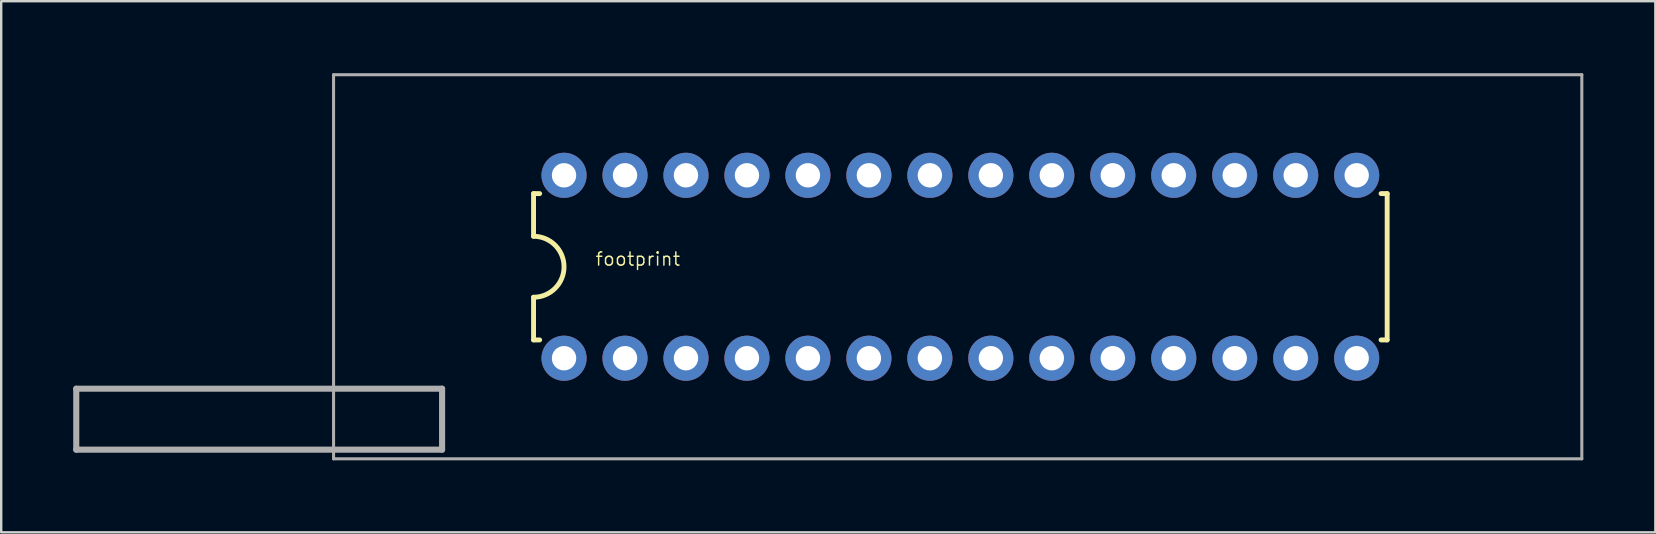
<source format=kicad_pcb>
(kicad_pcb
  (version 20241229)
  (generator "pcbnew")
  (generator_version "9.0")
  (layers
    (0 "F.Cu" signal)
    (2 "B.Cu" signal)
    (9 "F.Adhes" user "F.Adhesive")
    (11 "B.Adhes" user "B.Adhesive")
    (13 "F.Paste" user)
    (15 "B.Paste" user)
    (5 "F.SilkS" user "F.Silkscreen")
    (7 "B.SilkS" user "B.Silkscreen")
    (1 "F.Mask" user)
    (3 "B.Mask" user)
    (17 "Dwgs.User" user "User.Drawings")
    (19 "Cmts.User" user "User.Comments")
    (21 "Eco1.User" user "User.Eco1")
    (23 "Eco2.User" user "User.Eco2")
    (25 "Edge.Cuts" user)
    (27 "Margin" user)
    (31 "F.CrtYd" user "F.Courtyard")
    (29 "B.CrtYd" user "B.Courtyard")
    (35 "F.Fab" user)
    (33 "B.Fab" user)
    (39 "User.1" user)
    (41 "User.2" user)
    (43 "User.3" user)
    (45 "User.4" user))
  (footprint "footprint"
    (layer "F.Cu")
    (at 36.957 8.063)
    (property "Reference" "footprint" (at -15.24 0 0) (layer "F.SilkS") (effects (font (size 0.549 0.549) (thickness 0.061)) (justify left bottom)))
    (fp_line (start -17.78 -3.048) (end -17.78 -1.27) (stroke (width 0.203) (type solid)) (layer "F.SilkS"))
    (fp_line (start -17.78 -3.048) (end -17.526 -3.048) (stroke (width 0.203) (type solid)) (layer "F.SilkS"))
    (fp_line (start -17.78 1.27) (end -17.78 3.048) (stroke (width 0.203) (type solid)) (layer "F.SilkS"))
    (fp_line (start -17.78 3.048) (end -17.526 3.048) (stroke (width 0.203) (type solid)) (layer "F.SilkS"))
    (fp_line (start 17.78 -3.048) (end 17.526 -3.048) (stroke (width 0.203) (type solid)) (layer "F.SilkS"))
    (fp_line (start 17.78 3.048) (end 17.526 3.048) (stroke (width 0.203) (type solid)) (layer "F.SilkS"))
    (fp_line (start 17.78 3.048) (end 17.78 -3.048) (stroke (width 0.203) (type solid)) (layer "F.SilkS"))
    (fp_arc (start -17.78 -1.27) (mid -16.51 0) (end -17.78 1.27) (stroke (width 0.2032) (type solid)) (layer "F.SilkS"))
    (fp_line (start -36.83 5.08) (end -36.83 7.62) (stroke (width 0.254) (type solid)) (layer "F.Fab"))
    (fp_line (start -36.83 7.62) (end -21.59 7.62) (stroke (width 0.254) (type solid)) (layer "F.Fab"))
    (fp_line (start -26.111 -8) (end -26.111 8) (stroke (width 0.127) (type solid)) (layer "F.Fab"))
    (fp_line (start -26.111 8) (end 25.889 8) (stroke (width 0.127) (type solid)) (layer "F.Fab"))
    (fp_line (start -21.59 5.08) (end -36.83 5.08) (stroke (width 0.254) (type solid)) (layer "F.Fab"))
    (fp_line (start -21.59 7.62) (end -21.59 5.08) (stroke (width 0.254) (type solid)) (layer "F.Fab"))
    (fp_line (start 25.889 -8) (end -26.111 -8) (stroke (width 0.127) (type solid)) (layer "F.Fab"))
    (fp_line (start 25.889 8) (end 25.889 -8) (stroke (width 0.127) (type solid)) (layer "F.Fab"))
    (pad "1" thru_hole circle (at -16.51 3.81 90) (size 1.88 1.88) (drill 1.016) (layers "*.Cu" "*.Mask"))
    (pad "2" thru_hole circle (at -13.97 3.81 90) (size 1.88 1.88) (drill 1.016) (layers "*.Cu" "*.Mask"))
    (pad "3" thru_hole circle (at -11.43 3.81 90) (size 1.88 1.88) (drill 1.016) (layers "*.Cu" "*.Mask"))
    (pad "4" thru_hole circle (at -8.89 3.81 90) (size 1.88 1.88) (drill 1.016) (layers "*.Cu" "*.Mask"))
    (pad "5" thru_hole circle (at -6.35 3.81 90) (size 1.88 1.88) (drill 1.016) (layers "*.Cu" "*.Mask"))
    (pad "6" thru_hole circle (at -3.81 3.81 90) (size 1.88 1.88) (drill 1.016) (layers "*.Cu" "*.Mask"))
    (pad "7" thru_hole circle (at -1.27 3.81 90) (size 1.88 1.88) (drill 1.016) (layers "*.Cu" "*.Mask"))
    (pad "8" thru_hole circle (at 1.27 3.81 90) (size 1.88 1.88) (drill 1.016) (layers "*.Cu" "*.Mask"))
    (pad "9" thru_hole circle (at 3.81 3.81 90) (size 1.88 1.88) (drill 1.016) (layers "*.Cu" "*.Mask"))
    (pad "10" thru_hole circle (at 6.35 3.81 90) (size 1.88 1.88) (drill 1.016) (layers "*.Cu" "*.Mask"))
    (pad "11" thru_hole circle (at 8.89 3.81 90) (size 1.88 1.88) (drill 1.016) (layers "*.Cu" "*.Mask"))
    (pad "12" thru_hole circle (at 11.43 3.81 90) (size 1.88 1.88) (drill 1.016) (layers "*.Cu" "*.Mask"))
    (pad "13" thru_hole circle (at 13.97 3.81 90) (size 1.88 1.88) (drill 1.016) (layers "*.Cu" "*.Mask"))
    (pad "14" thru_hole circle (at 16.51 3.81 90) (size 1.88 1.88) (drill 1.016) (layers "*.Cu" "*.Mask"))
    (pad "15" thru_hole circle (at 16.51 -3.81 90) (size 1.88 1.88) (drill 1.016) (layers "*.Cu" "*.Mask"))
    (pad "16" thru_hole circle (at 13.97 -3.81 90) (size 1.88 1.88) (drill 1.016) (layers "*.Cu" "*.Mask"))
    (pad "17" thru_hole circle (at 11.43 -3.81 90) (size 1.88 1.88) (drill 1.016) (layers "*.Cu" "*.Mask"))
    (pad "18" thru_hole circle (at 8.89 -3.81 90) (size 1.88 1.88) (drill 1.016) (layers "*.Cu" "*.Mask"))
    (pad "19" thru_hole circle (at 6.35 -3.81 90) (size 1.88 1.88) (drill 1.016) (layers "*.Cu" "*.Mask"))
    (pad "20" thru_hole circle (at 3.81 -3.81 90) (size 1.88 1.88) (drill 1.016) (layers "*.Cu" "*.Mask"))
    (pad "21" thru_hole circle (at 1.27 -3.81 90) (size 1.88 1.88) (drill 1.016) (layers "*.Cu" "*.Mask"))
    (pad "22" thru_hole circle (at -1.27 -3.81 90) (size 1.88 1.88) (drill 1.016) (layers "*.Cu" "*.Mask"))
    (pad "23" thru_hole circle (at -3.81 -3.81 90) (size 1.88 1.88) (drill 1.016) (layers "*.Cu" "*.Mask"))
    (pad "24" thru_hole circle (at -6.35 -3.81 90) (size 1.88 1.88) (drill 1.016) (layers "*.Cu" "*.Mask"))
    (pad "25" thru_hole circle (at -8.89 -3.81 90) (size 1.88 1.88) (drill 1.016) (layers "*.Cu" "*.Mask"))
    (pad "26" thru_hole circle (at -11.43 -3.81 90) (size 1.88 1.88) (drill 1.016) (layers "*.Cu" "*.Mask"))
    (pad "27" thru_hole circle (at -13.97 -3.81 90) (size 1.88 1.88) (drill 1.016) (layers "*.Cu" "*.Mask"))
    (pad "28" thru_hole circle (at -16.51 -3.81 90) (size 1.88 1.88) (drill 1.016) (layers "*.Cu" "*.Mask")))
  (gr_rect
    (start -3 -3)
    (end 65.909 19.127)
    (stroke (width 0.1) (type default))
    (fill no)
    (layer "Edge.Cuts")))
</source>
